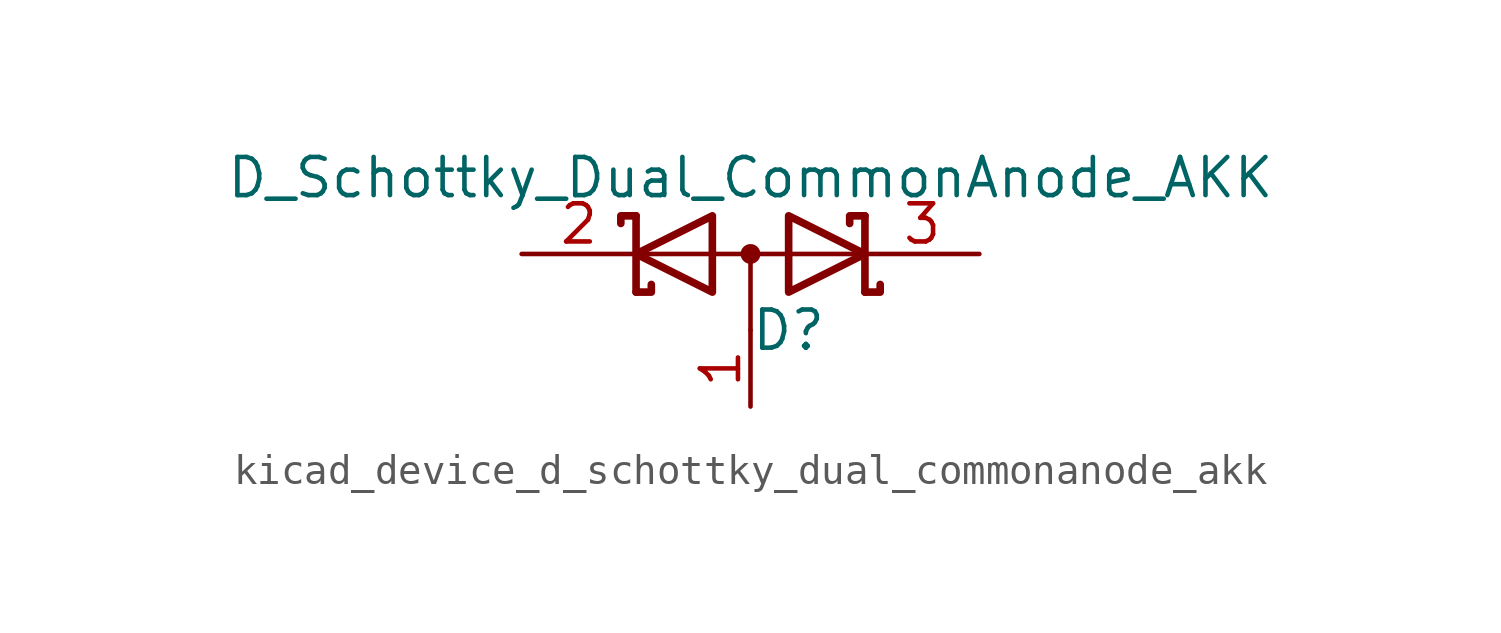
<source format=kicad_sym>
(kicad_symbol_lib
  (version 20220914)
  (generator kicad_symbol_editor)
  (symbol "kicad_device_d_schottky_dual_commonanode_akk"
    (pin_names
      (offset 0.762) hide)
    (property "Reference" "D"
      (at 1.27 -2.54 0)
      (effects (font (size 1.27 1.27))))
    (property "Value" "D_Schottky_Dual_CommonAnode_AKK"
      (at 0 2.54 0)
      (effects (font (size 1.27 1.27))))
    (symbol "kicad_device_d_schottky_dual_commonanode_akk_0_1"
      (polyline (pts (xy -3.556 0) (xy 3.81 0)) (stroke (width 0) (type default)) (fill (type none)))
      (polyline (pts (xy 0 0) (xy 0 -2.54)) (stroke (width 0) (type default)) (fill (type none)))
      (polyline (pts (xy -3.81 1.27) (xy -3.81 -1.27) (xy -3.81 -1.27)) (stroke (width 0.254) (type default)) (fill (type none)))
      (polyline (pts (xy 3.81 1.27) (xy 3.81 -1.27) (xy 3.81 -1.27)) (stroke (width 0.254) (type default)) (fill (type none)))
      (polyline (pts (xy -3.81 1.27) (xy -4.318 1.27) (xy -4.318 1.016) (xy -4.318 1.016)) (stroke (width 0.254) (type default)) (fill (type none)))
      (polyline (pts (xy 3.81 -1.27) (xy 4.318 -1.27) (xy 4.318 -1.016) (xy 4.318 -1.016)) (stroke (width 0.254) (type default)) (fill (type none)))
      (polyline (pts (xy 3.81 1.27) (xy 3.302 1.27) (xy 3.302 1.016) (xy 3.302 1.016)) (stroke (width 0.254) (type default)) (fill (type none)))
      (polyline (pts (xy -3.302 -1.016) (xy -3.302 -1.27) (xy -3.81 -1.27) (xy -3.81 -1.27) (xy -3.81 -1.27)) (stroke (width 0.254) (type default)) (fill (type none)))
      (polyline (pts (xy -1.27 -1.27) (xy -3.81 0) (xy -1.27 1.27) (xy -1.27 -1.27) (xy -1.27 -1.27) (xy -1.27 -1.27)) (stroke (width 0.254) (type default)) (fill (type none)))
      (polyline (pts (xy 1.27 1.27) (xy 3.81 0) (xy 1.27 -1.27) (xy 1.27 1.27) (xy 1.27 1.27) (xy 1.27 1.27)) (stroke (width 0.254) (type default)) (fill (type none)))
      (circle (center 0 0) (radius 0.254) (stroke (width 0) (type default)) (fill (type outline)))
      (pin passive line (at 0 -5.08 90) (length 2.54) (name "A" (effects (font (size 1.27 1.27)))) (number "1" (effects (font (size 1.27 1.27)))))
      (pin passive line (at -7.62 0 0) (length 3.81) (name "K" (effects (font (size 1.27 1.27)))) (number "2" (effects (font (size 1.27 1.27)))))
      (pin passive line (at 7.62 0 180) (length 3.81) (name "K" (effects (font (size 1.27 1.27)))) (number "3" (effects (font (size 1.27 1.27))))))))
</source>
